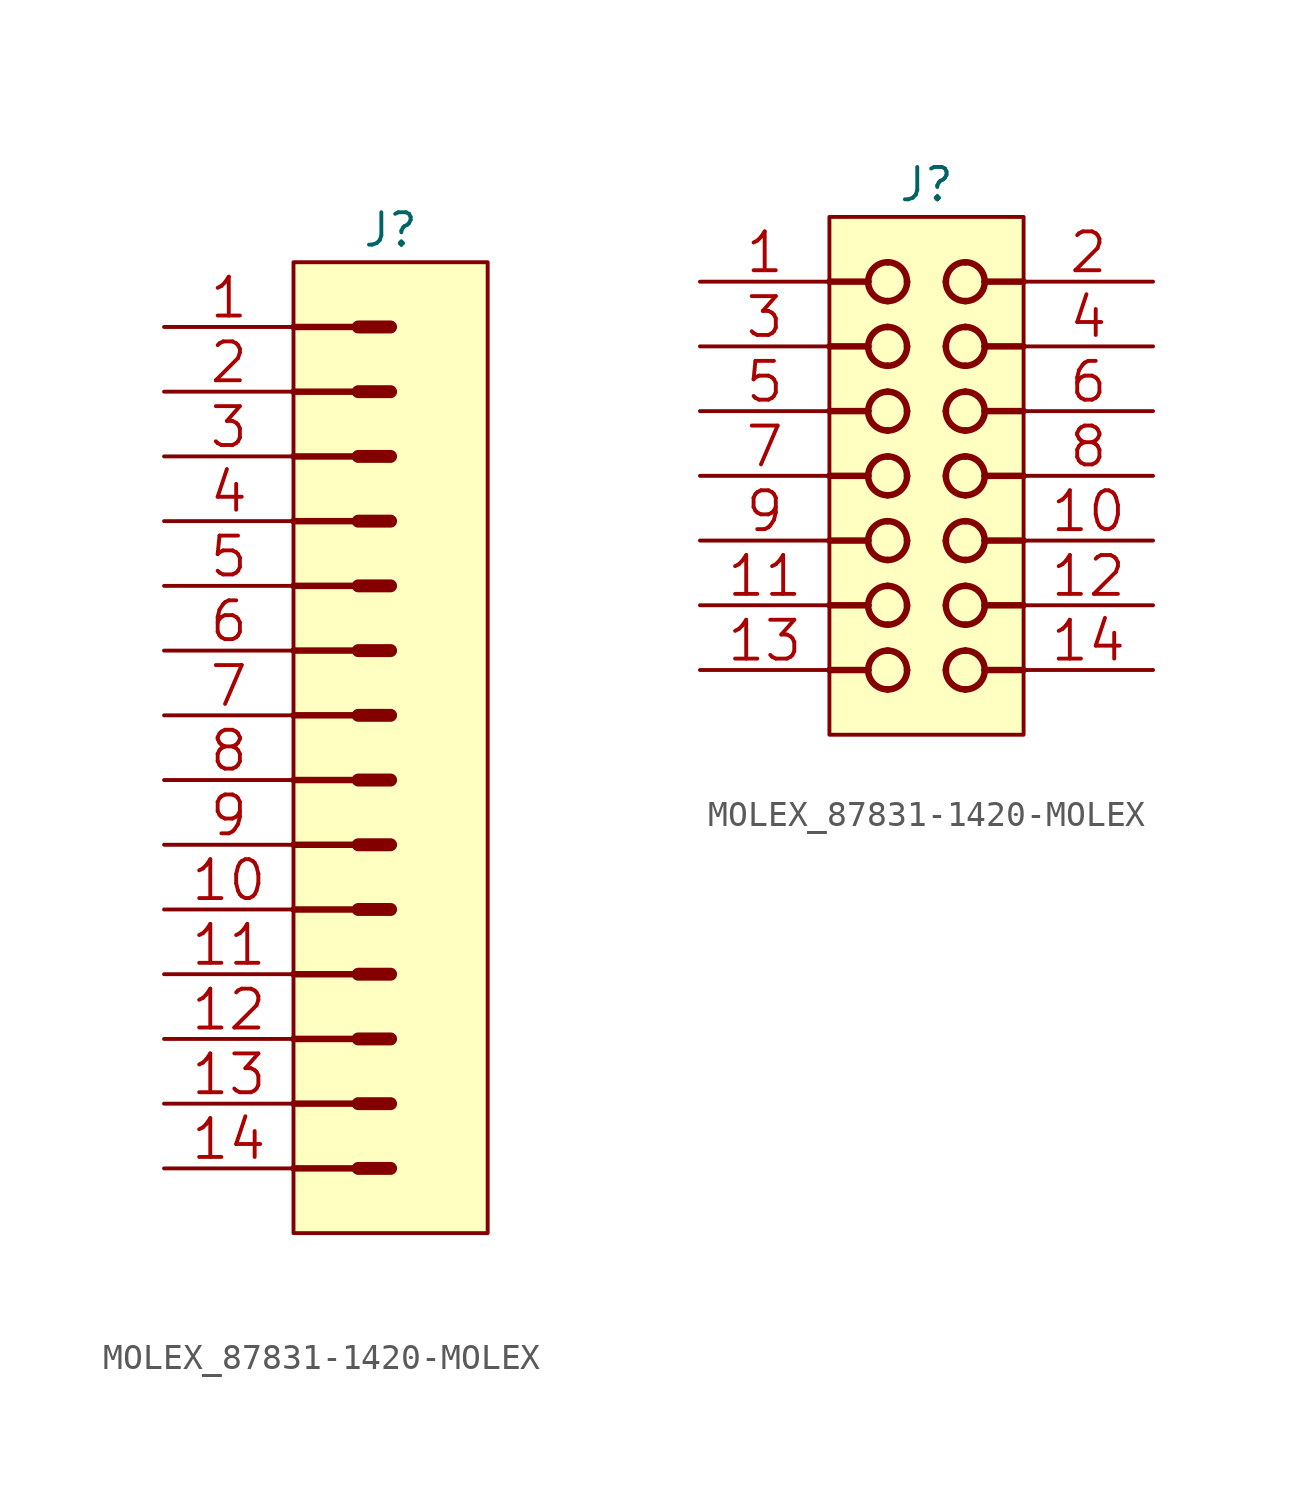
<source format=kicad_sym>
(kicad_symbol_lib
  (version 20200126)
  (host kicad_symbol_editor "(5.99.0-2809-gaceed2b0a4)")
  (symbol "LCD_Board-rescue:MOLEX_87831-1420-MOLEX"
    (pin_names
      (offset 1.27))
    (property "Reference" "J"
      (at 3.81 1.27 0)
      (effects (font (size 1.27 1.27))))
    (property "ki_locked" ""
      (at 0 0 0)
      (effects (font (size 1.27 1.27))))
    (symbol "MOLEX_87831-1420-MOLEX_0_2"
      (arc (start 2.286 -17.018) (end 3.048 -17.78) (radius (at 2.286 -17.78) (length 0.762) (angles 90 0)) (stroke (width 0.254)) (fill (type none)))
      (arc (start 2.286 -17.018) (end 1.524 -17.78) (radius (at 2.286 -17.78) (length 0.762) (angles 90 180)) (stroke (width 0.254)) (fill (type none)))
      (arc (start 2.286 -18.542) (end 3.048 -17.78) (radius (at 2.286 -17.78) (length 0.762) (angles -90 0)) (stroke (width 0.254)) (fill (type none)))
      (arc (start 2.286 -18.542) (end 1.524 -17.78) (radius (at 2.286 -17.78) (length 0.762) (angles -90 180)) (stroke (width 0.254)) (fill (type none)))
      (arc (start 2.286 -14.478) (end 3.048 -15.24) (radius (at 2.286 -15.24) (length 0.762) (angles 90 0)) (stroke (width 0.254)) (fill (type none)))
      (arc (start 2.286 -14.478) (end 1.524 -15.24) (radius (at 2.286 -15.24) (length 0.762) (angles 90 180)) (stroke (width 0.254)) (fill (type none)))
      (arc (start 2.286 -16.002) (end 3.048 -15.24) (radius (at 2.286 -15.24) (length 0.762) (angles -90 0)) (stroke (width 0.254)) (fill (type none)))
      (arc (start 2.286 -16.002) (end 1.524 -15.24) (radius (at 2.286 -15.24) (length 0.762) (angles -90 180)) (stroke (width 0.254)) (fill (type none)))
      (arc (start 2.286 -11.938) (end 3.048 -12.7) (radius (at 2.286 -12.7) (length 0.762) (angles 90 0)) (stroke (width 0.254)) (fill (type none)))
      (arc (start 2.286 -11.938) (end 1.524 -12.7) (radius (at 2.286 -12.7) (length 0.762) (angles 90 180)) (stroke (width 0.254)) (fill (type none)))
      (arc (start 2.286 -13.462) (end 3.048 -12.7) (radius (at 2.286 -12.7) (length 0.762) (angles -90 0)) (stroke (width 0.254)) (fill (type none)))
      (arc (start 2.286 -13.462) (end 1.524 -12.7) (radius (at 2.286 -12.7) (length 0.762) (angles -90 180)) (stroke (width 0.254)) (fill (type none)))
      (arc (start 2.286 -9.398) (end 3.048 -10.16) (radius (at 2.286 -10.16) (length 0.762) (angles 90 0)) (stroke (width 0.254)) (fill (type none)))
      (arc (start 2.286 -9.398) (end 1.524 -10.16) (radius (at 2.286 -10.16) (length 0.762) (angles 90 180)) (stroke (width 0.254)) (fill (type none)))
      (arc (start 2.286 -10.922) (end 3.048 -10.16) (radius (at 2.286 -10.16) (length 0.762) (angles -90 0)) (stroke (width 0.254)) (fill (type none)))
      (arc (start 2.286 -10.922) (end 1.524 -10.16) (radius (at 2.286 -10.16) (length 0.762) (angles -90 180)) (stroke (width 0.254)) (fill (type none)))
      (arc (start 2.286 -6.858) (end 3.048 -7.62) (radius (at 2.286 -7.62) (length 0.762) (angles 90 0)) (stroke (width 0.254)) (fill (type none)))
      (arc (start 2.286 -6.858) (end 1.524 -7.62) (radius (at 2.286 -7.62) (length 0.762) (angles 90 180)) (stroke (width 0.254)) (fill (type none)))
      (arc (start 2.286 -8.382) (end 3.048 -7.62) (radius (at 2.286 -7.62) (length 0.762) (angles -90 0)) (stroke (width 0.254)) (fill (type none)))
      (arc (start 2.286 -8.382) (end 1.524 -7.62) (radius (at 2.286 -7.62) (length 0.762) (angles -90 180)) (stroke (width 0.254)) (fill (type none)))
      (arc (start 2.286 -4.318) (end 3.048 -5.08) (radius (at 2.286 -5.08) (length 0.762) (angles 90 0)) (stroke (width 0.254)) (fill (type none)))
      (arc (start 2.286 -4.318) (end 1.524 -5.08) (radius (at 2.286 -5.08) (length 0.762) (angles 90 180)) (stroke (width 0.254)) (fill (type none)))
      (arc (start 2.286 -5.842) (end 3.048 -5.08) (radius (at 2.286 -5.08) (length 0.762) (angles -90 0)) (stroke (width 0.254)) (fill (type none)))
      (arc (start 2.286 -5.842) (end 1.524 -5.08) (radius (at 2.286 -5.08) (length 0.762) (angles -90 180)) (stroke (width 0.254)) (fill (type none)))
      (arc (start 2.286 -1.778) (end 3.048 -2.54) (radius (at 2.286 -2.54) (length 0.762) (angles 90 0)) (stroke (width 0.254)) (fill (type none)))
      (arc (start 2.286 -1.778) (end 1.524 -2.54) (radius (at 2.286 -2.54) (length 0.762) (angles 90 180)) (stroke (width 0.254)) (fill (type none)))
      (arc (start 2.286 -3.302) (end 3.048 -2.54) (radius (at 2.286 -2.54) (length 0.762) (angles -90 0)) (stroke (width 0.254)) (fill (type none)))
      (arc (start 2.286 -3.302) (end 1.524 -2.54) (radius (at 2.286 -2.54) (length 0.762) (angles -90 180)) (stroke (width 0.254)) (fill (type none)))
      (arc (start 5.334 -17.018) (end 6.096 -17.78) (radius (at 5.334 -17.78) (length 0.762) (angles 90 0)) (stroke (width 0.254)) (fill (type none)))
      (arc (start 5.334 -17.018) (end 4.572 -17.78) (radius (at 5.334 -17.78) (length 0.762) (angles 90 180)) (stroke (width 0.254)) (fill (type none)))
      (arc (start 5.334 -18.542) (end 6.096 -17.78) (radius (at 5.334 -17.78) (length 0.762) (angles -90 0)) (stroke (width 0.254)) (fill (type none)))
      (arc (start 5.334 -18.542) (end 4.572 -17.78) (radius (at 5.334 -17.78) (length 0.762) (angles -90 180)) (stroke (width 0.254)) (fill (type none)))
      (arc (start 5.334 -14.478) (end 6.096 -15.24) (radius (at 5.334 -15.24) (length 0.762) (angles 90 0)) (stroke (width 0.254)) (fill (type none)))
      (arc (start 5.334 -14.478) (end 4.572 -15.24) (radius (at 5.334 -15.24) (length 0.762) (angles 90 180)) (stroke (width 0.254)) (fill (type none)))
      (arc (start 5.334 -16.002) (end 6.096 -15.24) (radius (at 5.334 -15.24) (length 0.762) (angles -90 0)) (stroke (width 0.254)) (fill (type none)))
      (arc (start 5.334 -16.002) (end 4.572 -15.24) (radius (at 5.334 -15.24) (length 0.762) (angles -90 180)) (stroke (width 0.254)) (fill (type none)))
      (arc (start 5.334 -11.938) (end 6.096 -12.7) (radius (at 5.334 -12.7) (length 0.762) (angles 90 0)) (stroke (width 0.254)) (fill (type none)))
      (arc (start 5.334 -11.938) (end 4.572 -12.7) (radius (at 5.334 -12.7) (length 0.762) (angles 90 180)) (stroke (width 0.254)) (fill (type none)))
      (arc (start 5.334 -13.462) (end 6.096 -12.7) (radius (at 5.334 -12.7) (length 0.762) (angles -90 0)) (stroke (width 0.254)) (fill (type none)))
      (arc (start 5.334 -13.462) (end 4.572 -12.7) (radius (at 5.334 -12.7) (length 0.762) (angles -90 180)) (stroke (width 0.254)) (fill (type none)))
      (arc (start 5.334 -9.398) (end 6.096 -10.16) (radius (at 5.334 -10.16) (length 0.762) (angles 90 0)) (stroke (width 0.254)) (fill (type none)))
      (arc (start 5.334 -9.398) (end 4.572 -10.16) (radius (at 5.334 -10.16) (length 0.762) (angles 90 180)) (stroke (width 0.254)) (fill (type none)))
      (arc (start 5.334 -10.922) (end 6.096 -10.16) (radius (at 5.334 -10.16) (length 0.762) (angles -90 0)) (stroke (width 0.254)) (fill (type none)))
      (arc (start 5.334 -10.922) (end 4.572 -10.16) (radius (at 5.334 -10.16) (length 0.762) (angles -90 180)) (stroke (width 0.254)) (fill (type none)))
      (arc (start 5.334 -6.858) (end 6.096 -7.62) (radius (at 5.334 -7.62) (length 0.762) (angles 90 0)) (stroke (width 0.254)) (fill (type none)))
      (arc (start 5.334 -6.858) (end 4.572 -7.62) (radius (at 5.334 -7.62) (length 0.762) (angles 90 180)) (stroke (width 0.254)) (fill (type none)))
      (arc (start 5.334 -8.382) (end 6.096 -7.62) (radius (at 5.334 -7.62) (length 0.762) (angles -90 0)) (stroke (width 0.254)) (fill (type none)))
      (arc (start 5.334 -8.382) (end 4.572 -7.62) (radius (at 5.334 -7.62) (length 0.762) (angles -90 180)) (stroke (width 0.254)) (fill (type none)))
      (arc (start 5.334 -4.318) (end 6.096 -5.08) (radius (at 5.334 -5.08) (length 0.762) (angles 90 0)) (stroke (width 0.254)) (fill (type none)))
      (arc (start 5.334 -4.318) (end 4.572 -5.08) (radius (at 5.334 -5.08) (length 0.762) (angles 90 180)) (stroke (width 0.254)) (fill (type none)))
      (arc (start 5.334 -5.842) (end 6.096 -5.08) (radius (at 5.334 -5.08) (length 0.762) (angles -90 0)) (stroke (width 0.254)) (fill (type none)))
      (arc (start 5.334 -5.842) (end 4.572 -5.08) (radius (at 5.334 -5.08) (length 0.762) (angles -90 180)) (stroke (width 0.254)) (fill (type none)))
      (arc (start 5.334 -1.778) (end 6.096 -2.54) (radius (at 5.334 -2.54) (length 0.762) (angles 90 0)) (stroke (width 0.254)) (fill (type none)))
      (arc (start 5.334 -1.778) (end 4.572 -2.54) (radius (at 5.334 -2.54) (length 0.762) (angles 90 180)) (stroke (width 0.254)) (fill (type none)))
      (arc (start 5.334 -3.302) (end 6.096 -2.54) (radius (at 5.334 -2.54) (length 0.762) (angles -90 0)) (stroke (width 0.254)) (fill (type none)))
      (arc (start 5.334 -3.302) (end 4.572 -2.54) (radius (at 5.334 -2.54) (length 0.762) (angles -90 180)) (stroke (width 0.254)) (fill (type none)))
      (rectangle (start 0 -20.32) (end 7.62 0) (stroke (width 0)) (fill (type background)))
      (polyline (pts (xy 0 -17.78) (xy 1.524 -17.78)) (stroke (width 0.254)) (fill (type none)))
      (polyline (pts (xy 0 -15.24) (xy 1.524 -15.24)) (stroke (width 0.254)) (fill (type none)))
      (polyline (pts (xy 0 -12.7) (xy 1.524 -12.7)) (stroke (width 0.254)) (fill (type none)))
      (polyline (pts (xy 0 -10.16) (xy 1.524 -10.16)) (stroke (width 0.254)) (fill (type none)))
      (polyline (pts (xy 0 -7.62) (xy 1.524 -7.62)) (stroke (width 0.254)) (fill (type none)))
      (polyline (pts (xy 0 -5.08) (xy 1.524 -5.08)) (stroke (width 0.254)) (fill (type none)))
      (polyline (pts (xy 0 -2.54) (xy 1.524 -2.54)) (stroke (width 0.254)) (fill (type none)))
      (polyline (pts (xy 1.524 -17.78) (xy 1.524 -17.78)) (stroke (width 0.254)) (fill (type none)))
      (polyline (pts (xy 1.524 -15.24) (xy 1.524 -15.24)) (stroke (width 0.254)) (fill (type none)))
      (polyline (pts (xy 1.524 -12.7) (xy 1.524 -12.7)) (stroke (width 0.254)) (fill (type none)))
      (polyline (pts (xy 1.524 -10.16) (xy 1.524 -10.16)) (stroke (width 0.254)) (fill (type none)))
      (polyline (pts (xy 1.524 -7.62) (xy 1.524 -7.62)) (stroke (width 0.254)) (fill (type none)))
      (polyline (pts (xy 1.524 -5.08) (xy 1.524 -5.08)) (stroke (width 0.254)) (fill (type none)))
      (polyline (pts (xy 1.524 -2.54) (xy 1.524 -2.54)) (stroke (width 0.254)) (fill (type none)))
      (polyline (pts (xy 2.286 -18.542) (xy 2.286 -18.542)) (stroke (width 0.254)) (fill (type none)))
      (polyline (pts (xy 2.286 -17.018) (xy 2.286 -17.018)) (stroke (width 0.254)) (fill (type none)))
      (polyline (pts (xy 2.286 -16.002) (xy 2.286 -16.002)) (stroke (width 0.254)) (fill (type none)))
      (polyline (pts (xy 2.286 -14.478) (xy 2.286 -14.478)) (stroke (width 0.254)) (fill (type none)))
      (polyline (pts (xy 2.286 -13.462) (xy 2.286 -13.462)) (stroke (width 0.254)) (fill (type none)))
      (polyline (pts (xy 2.286 -11.938) (xy 2.286 -11.938)) (stroke (width 0.254)) (fill (type none)))
      (polyline (pts (xy 2.286 -10.922) (xy 2.286 -10.922)) (stroke (width 0.254)) (fill (type none)))
      (polyline (pts (xy 2.286 -9.398) (xy 2.286 -9.398)) (stroke (width 0.254)) (fill (type none)))
      (polyline (pts (xy 2.286 -8.382) (xy 2.286 -8.382)) (stroke (width 0.254)) (fill (type none)))
      (polyline (pts (xy 2.286 -6.858) (xy 2.286 -6.858)) (stroke (width 0.254)) (fill (type none)))
      (polyline (pts (xy 2.286 -5.842) (xy 2.286 -5.842)) (stroke (width 0.254)) (fill (type none)))
      (polyline (pts (xy 2.286 -4.318) (xy 2.286 -4.318)) (stroke (width 0.254)) (fill (type none)))
      (polyline (pts (xy 2.286 -3.302) (xy 2.286 -3.302)) (stroke (width 0.254)) (fill (type none)))
      (polyline (pts (xy 2.286 -1.778) (xy 2.286 -1.778)) (stroke (width 0.254)) (fill (type none)))
      (polyline (pts (xy 3.048 -17.78) (xy 3.048 -17.78)) (stroke (width 0.254)) (fill (type none)))
      (polyline (pts (xy 3.048 -15.24) (xy 3.048 -15.24)) (stroke (width 0.254)) (fill (type none)))
      (polyline (pts (xy 3.048 -12.7) (xy 3.048 -12.7)) (stroke (width 0.254)) (fill (type none)))
      (polyline (pts (xy 3.048 -10.16) (xy 3.048 -10.16)) (stroke (width 0.254)) (fill (type none)))
      (polyline (pts (xy 3.048 -7.62) (xy 3.048 -7.62)) (stroke (width 0.254)) (fill (type none)))
      (polyline (pts (xy 3.048 -5.08) (xy 3.048 -5.08)) (stroke (width 0.254)) (fill (type none)))
      (polyline (pts (xy 3.048 -2.54) (xy 3.048 -2.54)) (stroke (width 0.254)) (fill (type none)))
      (polyline (pts (xy 4.572 -17.78) (xy 4.572 -17.78)) (stroke (width 0.254)) (fill (type none)))
      (polyline (pts (xy 4.572 -15.24) (xy 4.572 -15.24)) (stroke (width 0.254)) (fill (type none)))
      (polyline (pts (xy 4.572 -12.7) (xy 4.572 -12.7)) (stroke (width 0.254)) (fill (type none)))
      (polyline (pts (xy 4.572 -10.16) (xy 4.572 -10.16)) (stroke (width 0.254)) (fill (type none)))
      (polyline (pts (xy 4.572 -7.62) (xy 4.572 -7.62)) (stroke (width 0.254)) (fill (type none)))
      (polyline (pts (xy 4.572 -5.08) (xy 4.572 -5.08)) (stroke (width 0.254)) (fill (type none)))
      (polyline (pts (xy 4.572 -2.54) (xy 4.572 -2.54)) (stroke (width 0.254)) (fill (type none)))
      (polyline (pts (xy 5.334 -18.542) (xy 5.334 -18.542)) (stroke (width 0.254)) (fill (type none)))
      (polyline (pts (xy 5.334 -17.018) (xy 5.334 -17.018)) (stroke (width 0.254)) (fill (type none)))
      (polyline (pts (xy 5.334 -16.002) (xy 5.334 -16.002)) (stroke (width 0.254)) (fill (type none)))
      (polyline (pts (xy 5.334 -14.478) (xy 5.334 -14.478)) (stroke (width 0.254)) (fill (type none)))
      (polyline (pts (xy 5.334 -13.462) (xy 5.334 -13.462)) (stroke (width 0.254)) (fill (type none)))
      (polyline (pts (xy 5.334 -11.938) (xy 5.334 -11.938)) (stroke (width 0.254)) (fill (type none)))
      (polyline (pts (xy 5.334 -10.922) (xy 5.334 -10.922)) (stroke (width 0.254)) (fill (type none)))
      (polyline (pts (xy 5.334 -9.398) (xy 5.334 -9.398)) (stroke (width 0.254)) (fill (type none)))
      (polyline (pts (xy 5.334 -8.382) (xy 5.334 -8.382)) (stroke (width 0.254)) (fill (type none)))
      (polyline (pts (xy 5.334 -6.858) (xy 5.334 -6.858)) (stroke (width 0.254)) (fill (type none)))
      (polyline (pts (xy 5.334 -5.842) (xy 5.334 -5.842)) (stroke (width 0.254)) (fill (type none)))
      (polyline (pts (xy 5.334 -4.318) (xy 5.334 -4.318)) (stroke (width 0.254)) (fill (type none)))
      (polyline (pts (xy 5.334 -3.302) (xy 5.334 -3.302)) (stroke (width 0.254)) (fill (type none)))
      (polyline (pts (xy 5.334 -1.778) (xy 5.334 -1.778)) (stroke (width 0.254)) (fill (type none)))
      (polyline (pts (xy 6.096 -17.78) (xy 6.096 -17.78)) (stroke (width 0.254)) (fill (type none)))
      (polyline (pts (xy 6.096 -15.24) (xy 6.096 -15.24)) (stroke (width 0.254)) (fill (type none)))
      (polyline (pts (xy 6.096 -12.7) (xy 6.096 -12.7)) (stroke (width 0.254)) (fill (type none)))
      (polyline (pts (xy 6.096 -10.16) (xy 6.096 -10.16)) (stroke (width 0.254)) (fill (type none)))
      (polyline (pts (xy 6.096 -7.62) (xy 6.096 -7.62)) (stroke (width 0.254)) (fill (type none)))
      (polyline (pts (xy 6.096 -5.08) (xy 6.096 -5.08)) (stroke (width 0.254)) (fill (type none)))
      (polyline (pts (xy 6.096 -2.54) (xy 6.096 -2.54)) (stroke (width 0.254)) (fill (type none)))
      (polyline (pts (xy 7.62 -17.78) (xy 6.096 -17.78)) (stroke (width 0.254)) (fill (type none)))
      (polyline (pts (xy 7.62 -15.24) (xy 6.096 -15.24)) (stroke (width 0.254)) (fill (type none)))
      (polyline (pts (xy 7.62 -12.7) (xy 6.096 -12.7)) (stroke (width 0.254)) (fill (type none)))
      (polyline (pts (xy 7.62 -10.16) (xy 6.096 -10.16)) (stroke (width 0.254)) (fill (type none)))
      (polyline (pts (xy 7.62 -7.62) (xy 6.096 -7.62)) (stroke (width 0.254)) (fill (type none)))
      (polyline (pts (xy 7.62 -5.08) (xy 6.096 -5.08)) (stroke (width 0.254)) (fill (type none)))
      (polyline (pts (xy 7.62 -2.54) (xy 6.096 -2.54)) (stroke (width 0.254)) (fill (type none)))
      (pin bidirectional line (at -5.08 -2.54 0) (length 5.08) (name "1" (effects (font (size 0 0)))) (number "1" (effects (font (size 1.524 1.524)))))
      (pin bidirectional line (at 12.7 -12.7 180) (length 5.08) (name "10" (effects (font (size 0 0)))) (number "10" (effects (font (size 1.524 1.524)))))
      (pin bidirectional line (at -5.08 -15.24 0) (length 5.08) (name "11" (effects (font (size 0 0)))) (number "11" (effects (font (size 1.524 1.524)))))
      (pin bidirectional line (at 12.7 -15.24 180) (length 5.08) (name "12" (effects (font (size 0 0)))) (number "12" (effects (font (size 1.524 1.524)))))
      (pin bidirectional line (at -5.08 -17.78 0) (length 5.08) (name "13" (effects (font (size 0 0)))) (number "13" (effects (font (size 1.524 1.524)))))
      (pin bidirectional line (at 12.7 -17.78 180) (length 5.08) (name "14" (effects (font (size 0 0)))) (number "14" (effects (font (size 1.524 1.524)))))
      (pin bidirectional line (at 12.7 -2.54 180) (length 5.08) (name "2" (effects (font (size 0 0)))) (number "2" (effects (font (size 1.524 1.524)))))
      (pin bidirectional line (at -5.08 -5.08 0) (length 5.08) (name "3" (effects (font (size 0 0)))) (number "3" (effects (font (size 1.524 1.524)))))
      (pin bidirectional line (at 12.7 -5.08 180) (length 5.08) (name "4" (effects (font (size 0 0)))) (number "4" (effects (font (size 1.524 1.524)))))
      (pin bidirectional line (at -5.08 -7.62 0) (length 5.08) (name "5" (effects (font (size 0 0)))) (number "5" (effects (font (size 1.524 1.524)))))
      (pin bidirectional line (at 12.7 -7.62 180) (length 5.08) (name "6" (effects (font (size 0 0)))) (number "6" (effects (font (size 1.524 1.524)))))
      (pin bidirectional line (at -5.08 -10.16 0) (length 5.08) (name "7" (effects (font (size 0 0)))) (number "7" (effects (font (size 1.524 1.524)))))
      (pin bidirectional line (at 12.7 -10.16 180) (length 5.08) (name "8" (effects (font (size 0 0)))) (number "8" (effects (font (size 1.524 1.524)))))
      (pin bidirectional line (at -5.08 -12.7 0) (length 5.08) (name "9" (effects (font (size 0 0)))) (number "9" (effects (font (size 1.524 1.524))))))
    (symbol "MOLEX_87831-1420-MOLEX_0_1"
      (rectangle (start 0 -38.1) (end 7.62 0) (stroke (width 0)) (fill (type background)))
      (polyline (pts (xy 0 -35.56) (xy 2.54 -35.56)) (stroke (width 0.254)) (fill (type none)))
      (polyline (pts (xy 0 -33.02) (xy 2.54 -33.02)) (stroke (width 0.254)) (fill (type none)))
      (polyline (pts (xy 0 -30.48) (xy 2.54 -30.48)) (stroke (width 0.254)) (fill (type none)))
      (polyline (pts (xy 0 -27.94) (xy 2.54 -27.94)) (stroke (width 0.254)) (fill (type none)))
      (polyline (pts (xy 0 -25.4) (xy 2.54 -25.4)) (stroke (width 0.254)) (fill (type none)))
      (polyline (pts (xy 0 -22.86) (xy 2.54 -22.86)) (stroke (width 0.254)) (fill (type none)))
      (polyline (pts (xy 0 -20.32) (xy 2.54 -20.32)) (stroke (width 0.254)) (fill (type none)))
      (polyline (pts (xy 0 -17.78) (xy 2.54 -17.78)) (stroke (width 0.254)) (fill (type none)))
      (polyline (pts (xy 0 -15.24) (xy 2.54 -15.24)) (stroke (width 0.254)) (fill (type none)))
      (polyline (pts (xy 0 -12.7) (xy 2.54 -12.7)) (stroke (width 0.254)) (fill (type none)))
      (polyline (pts (xy 0 -10.16) (xy 2.54 -10.16)) (stroke (width 0.254)) (fill (type none)))
      (polyline (pts (xy 0 -7.62) (xy 2.54 -7.62)) (stroke (width 0.254)) (fill (type none)))
      (polyline (pts (xy 0 -5.08) (xy 2.54 -5.08)) (stroke (width 0.254)) (fill (type none)))
      (polyline (pts (xy 0 -2.54) (xy 2.54 -2.54)) (stroke (width 0.254)) (fill (type none)))
      (polyline (pts (xy 3.81 -35.56) (xy 2.54 -35.56)) (stroke (width 0.508)) (fill (type none)))
      (polyline (pts (xy 3.81 -33.02) (xy 2.54 -33.02)) (stroke (width 0.508)) (fill (type none)))
      (polyline (pts (xy 3.81 -30.48) (xy 2.54 -30.48)) (stroke (width 0.508)) (fill (type none)))
      (polyline (pts (xy 3.81 -27.94) (xy 2.54 -27.94)) (stroke (width 0.508)) (fill (type none)))
      (polyline (pts (xy 3.81 -25.4) (xy 2.54 -25.4)) (stroke (width 0.508)) (fill (type none)))
      (polyline (pts (xy 3.81 -22.86) (xy 2.54 -22.86)) (stroke (width 0.508)) (fill (type none)))
      (polyline (pts (xy 3.81 -20.32) (xy 2.54 -20.32)) (stroke (width 0.508)) (fill (type none)))
      (polyline (pts (xy 3.81 -17.78) (xy 2.54 -17.78)) (stroke (width 0.508)) (fill (type none)))
      (polyline (pts (xy 3.81 -15.24) (xy 2.54 -15.24)) (stroke (width 0.508)) (fill (type none)))
      (polyline (pts (xy 3.81 -12.7) (xy 2.54 -12.7)) (stroke (width 0.508)) (fill (type none)))
      (polyline (pts (xy 3.81 -10.16) (xy 2.54 -10.16)) (stroke (width 0.508)) (fill (type none)))
      (polyline (pts (xy 3.81 -7.62) (xy 2.54 -7.62)) (stroke (width 0.508)) (fill (type none)))
      (polyline (pts (xy 3.81 -5.08) (xy 2.54 -5.08)) (stroke (width 0.508)) (fill (type none)))
      (polyline (pts (xy 3.81 -2.54) (xy 2.54 -2.54)) (stroke (width 0.508)) (fill (type none)))
      (pin bidirectional line (at -5.08 -2.54 0) (length 5.08) (name "1" (effects (font (size 0 0)))) (number "1" (effects (font (size 1.524 1.524)))))
      (pin bidirectional line (at -5.08 -25.4 0) (length 5.08) (name "10" (effects (font (size 0 0)))) (number "10" (effects (font (size 1.524 1.524)))))
      (pin bidirectional line (at -5.08 -27.94 0) (length 5.08) (name "11" (effects (font (size 0 0)))) (number "11" (effects (font (size 1.524 1.524)))))
      (pin bidirectional line (at -5.08 -30.48 0) (length 5.08) (name "12" (effects (font (size 0 0)))) (number "12" (effects (font (size 1.524 1.524)))))
      (pin bidirectional line (at -5.08 -33.02 0) (length 5.08) (name "13" (effects (font (size 0 0)))) (number "13" (effects (font (size 1.524 1.524)))))
      (pin bidirectional line (at -5.08 -35.56 0) (length 5.08) (name "14" (effects (font (size 0 0)))) (number "14" (effects (font (size 1.524 1.524)))))
      (pin bidirectional line (at -5.08 -5.08 0) (length 5.08) (name "2" (effects (font (size 0 0)))) (number "2" (effects (font (size 1.524 1.524)))))
      (pin bidirectional line (at -5.08 -7.62 0) (length 5.08) (name "3" (effects (font (size 0 0)))) (number "3" (effects (font (size 1.524 1.524)))))
      (pin bidirectional line (at -5.08 -10.16 0) (length 5.08) (name "4" (effects (font (size 0 0)))) (number "4" (effects (font (size 1.524 1.524)))))
      (pin bidirectional line (at -5.08 -12.7 0) (length 5.08) (name "5" (effects (font (size 0 0)))) (number "5" (effects (font (size 1.524 1.524)))))
      (pin bidirectional line (at -5.08 -15.24 0) (length 5.08) (name "6" (effects (font (size 0 0)))) (number "6" (effects (font (size 1.524 1.524)))))
      (pin bidirectional line (at -5.08 -17.78 0) (length 5.08) (name "7" (effects (font (size 0 0)))) (number "7" (effects (font (size 1.524 1.524)))))
      (pin bidirectional line (at -5.08 -20.32 0) (length 5.08) (name "8" (effects (font (size 0 0)))) (number "8" (effects (font (size 1.524 1.524)))))
      (pin bidirectional line (at -5.08 -22.86 0) (length 5.08) (name "9" (effects (font (size 0 0)))) (number "9" (effects (font (size 1.524 1.524))))))))
</source>
